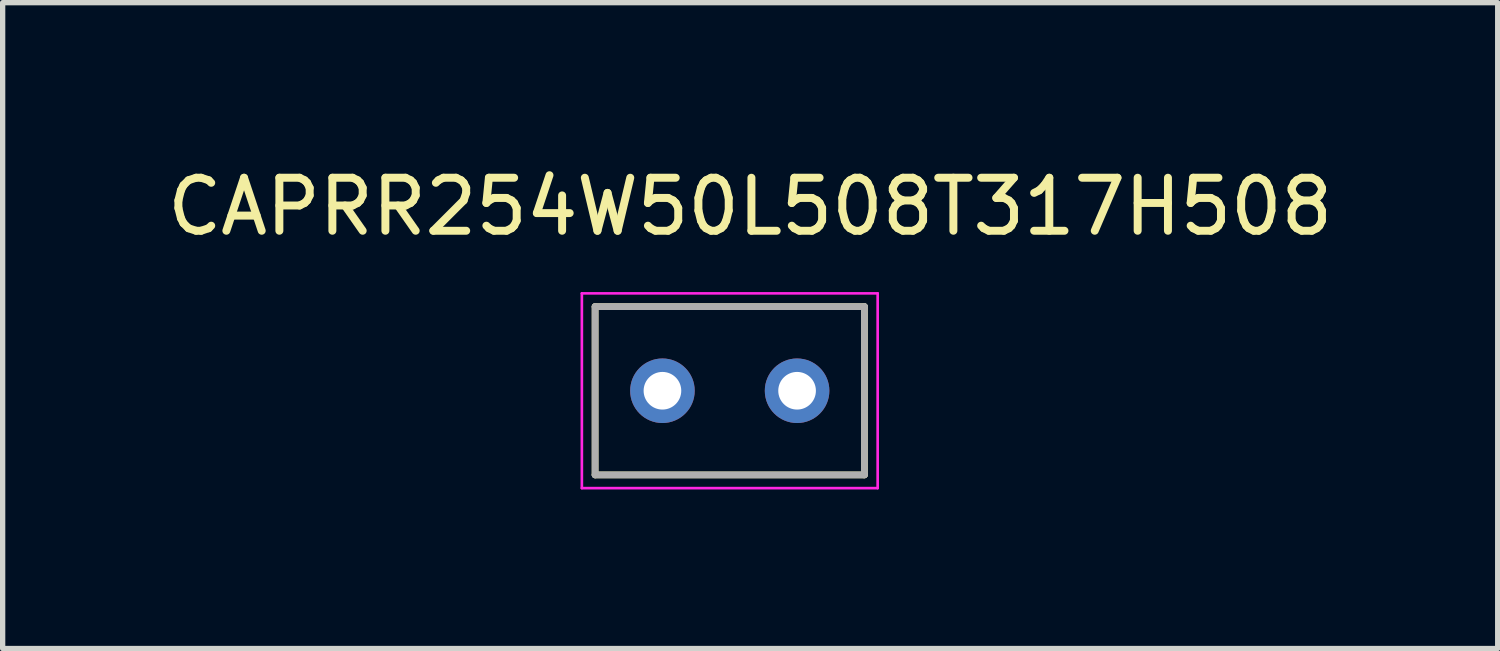
<source format=kicad_pcb>
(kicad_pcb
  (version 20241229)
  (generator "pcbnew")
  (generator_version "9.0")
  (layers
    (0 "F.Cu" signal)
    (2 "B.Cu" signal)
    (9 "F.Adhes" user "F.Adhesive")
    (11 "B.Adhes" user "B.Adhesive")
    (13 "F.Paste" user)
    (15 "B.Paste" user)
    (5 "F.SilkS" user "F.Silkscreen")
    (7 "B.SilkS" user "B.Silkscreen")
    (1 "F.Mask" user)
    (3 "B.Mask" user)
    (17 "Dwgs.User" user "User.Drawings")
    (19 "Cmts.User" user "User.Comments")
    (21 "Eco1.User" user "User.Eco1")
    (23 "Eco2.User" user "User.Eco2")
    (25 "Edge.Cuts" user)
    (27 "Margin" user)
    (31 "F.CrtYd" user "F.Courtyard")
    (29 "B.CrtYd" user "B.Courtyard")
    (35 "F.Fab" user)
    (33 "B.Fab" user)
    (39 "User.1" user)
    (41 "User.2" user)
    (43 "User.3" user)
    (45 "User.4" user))
  (footprint "CAPRR254W50L508T317H508"
    (layer "F.Cu")
    (at 10.716 4.321)
    (property "Reference" "CAPRR254W50L508T317H508" (at 0.385 -3.473 0) (layer "F.SilkS") (effects (font (size 1 1) (thickness 0.15))))
    (attr through_hole)
    (fp_line (start -2.54 -1.587) (end -2.54 1.587) (stroke (width 0.127) (type solid)) (layer "F.SilkS"))
    (fp_line (start -2.54 1.587) (end 2.54 1.587) (stroke (width 0.127) (type solid)) (layer "F.SilkS"))
    (fp_line (start 2.54 -1.587) (end -2.54 -1.587) (stroke (width 0.127) (type solid)) (layer "F.SilkS"))
    (fp_line (start 2.54 1.587) (end 2.54 -1.587) (stroke (width 0.127) (type solid)) (layer "F.SilkS"))
    (fp_line (start -2.79 -1.837) (end -2.79 1.837) (stroke (width 0.05) (type solid)) (layer "F.CrtYd"))
    (fp_line (start -2.79 1.837) (end 2.79 1.837) (stroke (width 0.05) (type solid)) (layer "F.CrtYd"))
    (fp_line (start 2.79 -1.837) (end -2.79 -1.837) (stroke (width 0.05) (type solid)) (layer "F.CrtYd"))
    (fp_line (start 2.79 1.837) (end 2.79 -1.837) (stroke (width 0.05) (type solid)) (layer "F.CrtYd"))
    (fp_line (start -2.54 -1.587) (end -2.54 1.587) (stroke (width 0.127) (type solid)) (layer "F.Fab"))
    (fp_line (start -2.54 1.587) (end 2.54 1.587) (stroke (width 0.127) (type solid)) (layer "F.Fab"))
    (fp_line (start 2.54 -1.587) (end -2.54 -1.587) (stroke (width 0.127) (type solid)) (layer "F.Fab"))
    (fp_line (start 2.54 1.587) (end 2.54 -1.587) (stroke (width 0.127) (type solid)) (layer "F.Fab"))
    (pad "1" thru_hole circle (at -1.27 0) (size 1.218 1.218) (drill 0.71) (layers "*.Cu" "*.Mask"))
    (pad "2" thru_hole circle (at 1.27 0) (size 1.218 1.218) (drill 0.71) (layers "*.Cu" "*.Mask")))
  (gr_rect
    (start -3 -3)
    (end 25.202 9.183)
    (stroke (width 0.1) (type default))
    (fill no)
    (layer "Edge.Cuts")))
</source>
